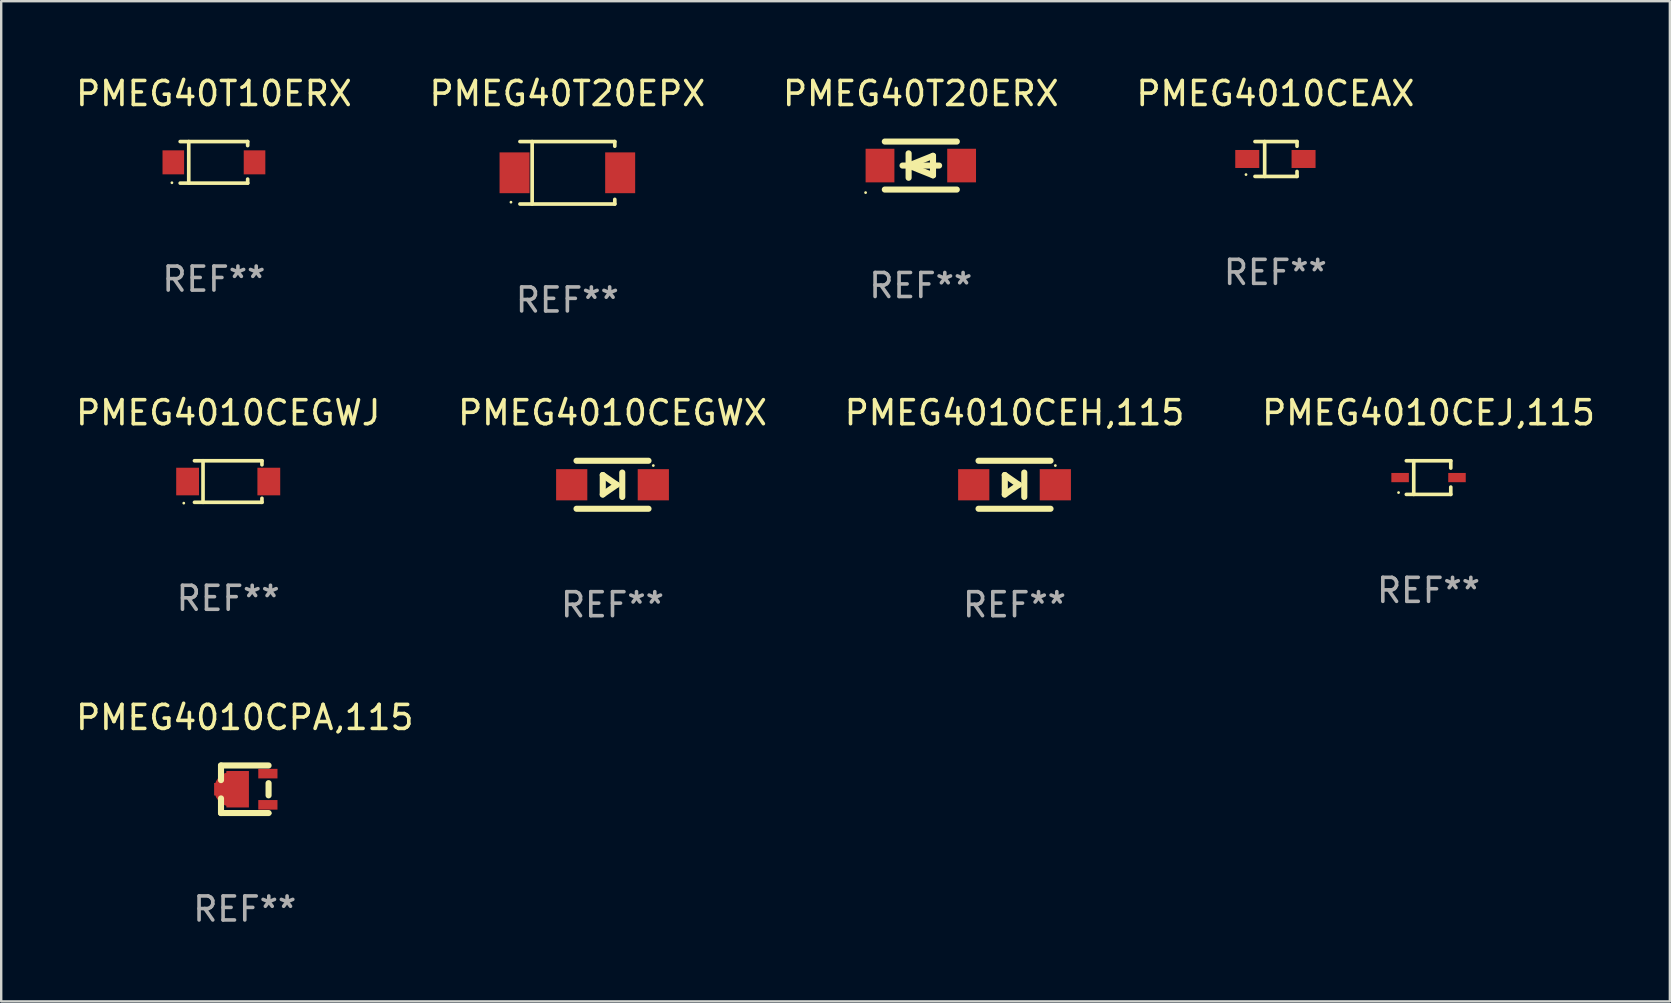
<source format=kicad_pcb>
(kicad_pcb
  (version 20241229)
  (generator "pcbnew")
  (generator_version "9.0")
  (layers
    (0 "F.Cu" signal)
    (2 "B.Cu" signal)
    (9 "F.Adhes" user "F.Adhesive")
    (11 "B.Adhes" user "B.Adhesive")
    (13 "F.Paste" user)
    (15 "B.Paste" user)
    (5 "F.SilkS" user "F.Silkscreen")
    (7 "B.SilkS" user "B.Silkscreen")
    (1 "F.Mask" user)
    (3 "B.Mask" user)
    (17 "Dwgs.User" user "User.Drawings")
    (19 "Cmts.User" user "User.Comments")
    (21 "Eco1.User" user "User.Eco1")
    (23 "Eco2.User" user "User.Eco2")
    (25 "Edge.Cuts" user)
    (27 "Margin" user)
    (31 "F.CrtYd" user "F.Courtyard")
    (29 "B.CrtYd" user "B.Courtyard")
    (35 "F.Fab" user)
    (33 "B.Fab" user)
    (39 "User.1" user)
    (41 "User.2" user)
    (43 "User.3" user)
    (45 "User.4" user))
  (footprint "PMEG4010CPA,115"
    (layer "F.Cu")
    (at 7.149 29.834)
    (property "Reference" "PMEG4010CPA,115" (at 0 -2.991 0) (layer "F.SilkS") (effects (font (size 1 1) (thickness 0.15))))
    (attr through_hole)
    (fp_line (start -0.991 -0.991) (end -0.991 -0.381) (stroke (width 0.254) (type solid)) (layer "F.SilkS"))
    (fp_line (start -0.991 0.381) (end -0.991 0.991) (stroke (width 0.254) (type solid)) (layer "F.SilkS"))
    (fp_line (start -0.991 0.991) (end 0.991 0.991) (stroke (width 0.254) (type solid)) (layer "F.SilkS"))
    (fp_line (start 0.991 -0.991) (end -0.991 -0.991) (stroke (width 0.254) (type solid)) (layer "F.SilkS"))
    (fp_line (start 0.991 -0.254) (end 0.991 0.254) (stroke (width 0.254) (type solid)) (layer "F.SilkS"))
    (fp_circle (center 1.054 0.999) (end 1.084 0.999) (stroke (width 0.06) (type solid)) (fill no) (layer "F.SilkS"))
    (fp_text user "REF**" (at 0 4.991 0) (layer "F.Fab") (effects (font (size 1 1) (thickness 0.15))))
    (pad "1" smd rect (at 0.962 0.649 270) (size 0.399 0.8) (layers "F.Cu" "F.Mask" "F.Paste"))
    (pad "2" smd rect (at 0.962 -0.651 270) (size 0.399 0.8) (layers "F.Cu" "F.Mask" "F.Paste"))
    (pad "3" smd custom (at -0.553 -0.001) (size 1.45 1.52) (layers "F.Cu" "F.Mask" "F.Paste") (options (anchor circle)) (primitives (gr_poly (pts (xy -0.725 -0.26) (xy -0.225 -0.26) (xy -0.215 -0.26) (xy -0.215 -0.76) (xy 0.725 -0.76) (xy 0.725 0.75) (xy 0.725 0.76) (xy -0.205 0.76) (xy -0.215 0.76) (xy -0.215 0.75) (xy -0.215 0.26) (xy -0.725 0.26)) (width 0) (fill yes)))))
  (footprint "PMEG40T10ERX"
    (layer "F.Cu")
    (at 5.863 3.714)
    (property "Reference" "PMEG40T10ERX" (at 0 -2.866 0) (layer "F.SilkS") (effects (font (size 1 1) (thickness 0.15))))
    (attr through_hole)
    (fp_line (start -1.406 -0.866) (end 1.406 -0.866) (stroke (width 0.152) (type solid)) (layer "F.SilkS"))
    (fp_line (start -1.406 0.866) (end 1.406 0.866) (stroke (width 0.152) (type solid)) (layer "F.SilkS"))
    (fp_line (start -1.049 -0.866) (end -1.049 0.866) (stroke (width 0.152) (type solid)) (layer "F.SilkS"))
    (fp_line (start 1.406 -0.866) (end 1.406 -0.698) (stroke (width 0.152) (type solid)) (layer "F.SilkS"))
    (fp_line (start 1.406 0.866) (end 1.406 0.698) (stroke (width 0.152) (type solid)) (layer "F.SilkS"))
    (fp_circle (center -1.75 0.85) (end -1.72 0.85) (stroke (width 0.06) (type solid)) (fill no) (layer "F.SilkS"))
    (fp_text user "REF**" (at 0 4.866 0) (layer "F.Fab") (effects (font (size 1 1) (thickness 0.15))))
    (pad "1" smd rect (at -1.692 0) (size 0.9 1) (layers "F.Cu" "F.Mask" "F.Paste"))
    (pad "2" smd rect (at 1.692 0) (size 0.9 1) (layers "F.Cu" "F.Mask" "F.Paste")))
  (footprint "PMEG4010CEGWX"
    (layer "F.Cu")
    (at 22.47 17.147)
    (property "Reference" "PMEG4010CEGWX" (at 0 -3 0) (layer "F.SilkS") (effects (font (size 1 1) (thickness 0.15))))
    (attr through_hole)
    (fp_line (start -1.5 -1) (end 1.5 -1) (stroke (width 0.254) (type solid)) (layer "F.SilkS"))
    (fp_line (start -0.406 -0.406) (end 0.178 0) (stroke (width 0.254) (type solid)) (layer "F.SilkS"))
    (fp_line (start -0.406 0.406) (end -0.406 -0.406) (stroke (width 0.254) (type solid)) (layer "F.SilkS"))
    (fp_line (start 0.178 0) (end -0.406 0.406) (stroke (width 0.254) (type solid)) (layer "F.SilkS"))
    (fp_line (start 0.406 0.508) (end 0.406 -0.508) (stroke (width 0.254) (type solid)) (layer "F.SilkS"))
    (fp_line (start 1.5 1) (end -1.5 1) (stroke (width 0.254) (type solid)) (layer "F.SilkS"))
    (fp_circle (center 1.7 -0.8) (end 1.73 -0.8) (stroke (width 0.06) (type solid)) (fill no) (layer "F.SilkS"))
    (fp_text user "REF**" (at 0 5 0) (layer "F.Fab") (effects (font (size 1 1) (thickness 0.15))))
    (pad "1" smd rect (at 1.7 0 180) (size 1.3 1.3) (layers "F.Cu" "F.Mask" "F.Paste"))
    (pad "2" smd rect (at -1.7 0 180) (size 1.3 1.3) (layers "F.Cu" "F.Mask" "F.Paste")))
  (footprint "PMEG40T20EPX"
    (layer "F.Cu")
    (at 20.589 4.149)
    (property "Reference" "PMEG40T20EPX" (at 0 -3.301 0) (layer "F.SilkS") (effects (font (size 1 1) (thickness 0.15))))
    (attr through_hole)
    (fp_line (start -1.976 -1.301) (end 1.976 -1.301) (stroke (width 0.152) (type solid)) (layer "F.SilkS"))
    (fp_line (start -1.976 1.301) (end 1.976 1.301) (stroke (width 0.152) (type solid)) (layer "F.SilkS"))
    (fp_line (start -1.467 -1.301) (end -1.467 1.301) (stroke (width 0.152) (type solid)) (layer "F.SilkS"))
    (fp_line (start 1.976 -1.301) (end 1.976 -1.108) (stroke (width 0.152) (type solid)) (layer "F.SilkS"))
    (fp_line (start 1.976 1.301) (end 1.976 1.108) (stroke (width 0.152) (type solid)) (layer "F.SilkS"))
    (fp_circle (center -2.35 1.225) (end -2.32 1.225) (stroke (width 0.06) (type solid)) (fill no) (layer "F.SilkS"))
    (fp_text user "REF**" (at 0 5.301 0) (layer "F.Fab") (effects (font (size 1 1) (thickness 0.15))))
    (pad "1" smd rect (at -2.2 0 180) (size 1.25 1.7) (layers "F.Cu" "F.Mask" "F.Paste"))
    (pad "2" smd rect (at 2.2 0 180) (size 1.25 1.7) (layers "F.Cu" "F.Mask" "F.Paste")))
  (footprint "PMEG4010CEJ,115"
    (layer "F.Cu")
    (at 56.47 16.848)
    (property "Reference" "PMEG4010CEJ,115" (at 0 -2.701 0) (layer "F.SilkS") (effects (font (size 1 1) (thickness 0.15))))
    (attr through_hole)
    (fp_line (start -0.926 -0.701) (end 0.926 -0.701) (stroke (width 0.152) (type solid)) (layer "F.SilkS"))
    (fp_line (start -0.926 0.701) (end 0.926 0.701) (stroke (width 0.152) (type solid)) (layer "F.SilkS"))
    (fp_line (start -0.617 -0.701) (end -0.617 0.701) (stroke (width 0.152) (type solid)) (layer "F.SilkS"))
    (fp_line (start 0.926 -0.701) (end 0.926 -0.396) (stroke (width 0.152) (type solid)) (layer "F.SilkS"))
    (fp_line (start 0.926 0.701) (end 0.926 0.396) (stroke (width 0.152) (type solid)) (layer "F.SilkS"))
    (fp_circle (center -1.25 0.625) (end -1.22 0.625) (stroke (width 0.06) (type solid)) (fill no) (layer "F.SilkS"))
    (fp_text user "REF**" (at 0 4.701 0) (layer "F.Fab") (effects (font (size 1 1) (thickness 0.15))))
    (pad "1" smd rect (at -1.185 0 180) (size 0.73 0.385) (layers "F.Cu" "F.Mask" "F.Paste"))
    (pad "2" smd rect (at 1.185 0 180) (size 0.73 0.385) (layers "F.Cu" "F.Mask" "F.Paste")))
  (footprint "PMEG4010CEH,115"
    (layer "F.Cu")
    (at 39.22 17.147)
    (property "Reference" "PMEG4010CEH,115" (at 0 -3 0) (layer "F.SilkS") (effects (font (size 1 1) (thickness 0.15))))
    (attr through_hole)
    (fp_line (start -1.5 -1) (end 1.5 -1) (stroke (width 0.254) (type solid)) (layer "F.SilkS"))
    (fp_line (start -0.406 -0.406) (end 0.178 0) (stroke (width 0.254) (type solid)) (layer "F.SilkS"))
    (fp_line (start -0.406 0.406) (end -0.406 -0.406) (stroke (width 0.254) (type solid)) (layer "F.SilkS"))
    (fp_line (start 0.178 0) (end -0.406 0.406) (stroke (width 0.254) (type solid)) (layer "F.SilkS"))
    (fp_line (start 0.406 0.508) (end 0.406 -0.508) (stroke (width 0.254) (type solid)) (layer "F.SilkS"))
    (fp_line (start 1.5 1) (end -1.5 1) (stroke (width 0.254) (type solid)) (layer "F.SilkS"))
    (fp_circle (center 1.7 -0.8) (end 1.73 -0.8) (stroke (width 0.06) (type solid)) (fill no) (layer "F.SilkS"))
    (fp_text user "REF**" (at 0 5 0) (layer "F.Fab") (effects (font (size 1 1) (thickness 0.15))))
    (pad "1" smd rect (at 1.7 0 180) (size 1.3 1.3) (layers "F.Cu" "F.Mask" "F.Paste"))
    (pad "2" smd rect (at -1.7 0 180) (size 1.3 1.3) (layers "F.Cu" "F.Mask" "F.Paste")))
  (footprint "PMEG4010CEAX"
    (layer "F.Cu")
    (at 50.089 3.574)
    (property "Reference" "PMEG4010CEAX" (at 0 -2.726 0) (layer "F.SilkS") (effects (font (size 1 1) (thickness 0.15))))
    (attr through_hole)
    (fp_line (start -0.851 -0.726) (end 0.901 -0.726) (stroke (width 0.152) (type solid)) (layer "F.SilkS"))
    (fp_line (start -0.851 0.726) (end 0.901 0.726) (stroke (width 0.152) (type solid)) (layer "F.SilkS"))
    (fp_line (start -0.447 -0.726) (end -0.447 0.726) (stroke (width 0.152) (type solid)) (layer "F.SilkS"))
    (fp_line (start 0.901 -0.726) (end 0.901 -0.53) (stroke (width 0.152) (type solid)) (layer "F.SilkS"))
    (fp_line (start 0.901 0.726) (end 0.901 0.52) (stroke (width 0.152) (type solid)) (layer "F.SilkS"))
    (fp_circle (center -1.225 0.65) (end -1.195 0.65) (stroke (width 0.06) (type solid)) (fill no) (layer "F.SilkS"))
    (fp_text user "REF**" (at 0 4.726 0) (layer "F.Fab") (effects (font (size 1 1) (thickness 0.15))))
    (pad "1" smd rect (at -1.173 0) (size 1 0.75) (layers "F.Cu" "F.Mask" "F.Paste"))
    (pad "2" smd rect (at 1.173 0) (size 1 0.75) (layers "F.Cu" "F.Mask" "F.Paste")))
  (footprint "PMEG4010CEGWJ"
    (layer "F.Cu")
    (at 6.458 17.013)
    (property "Reference" "PMEG4010CEGWJ" (at 0 -2.866 0) (layer "F.SilkS") (effects (font (size 1 1) (thickness 0.15))))
    (attr through_hole)
    (fp_line (start -1.406 -0.866) (end 1.406 -0.866) (stroke (width 0.152) (type solid)) (layer "F.SilkS"))
    (fp_line (start -1.406 0.866) (end 1.406 0.866) (stroke (width 0.152) (type solid)) (layer "F.SilkS"))
    (fp_line (start -1.049 -0.866) (end -1.049 0.866) (stroke (width 0.152) (type solid)) (layer "F.SilkS"))
    (fp_line (start 1.406 -0.866) (end 1.406 -0.698) (stroke (width 0.152) (type solid)) (layer "F.SilkS"))
    (fp_line (start 1.406 0.866) (end 1.406 0.698) (stroke (width 0.152) (type solid)) (layer "F.SilkS"))
    (fp_circle (center -1.851 0.9) (end -1.821 0.9) (stroke (width 0.06) (type solid)) (fill no) (layer "F.SilkS"))
    (fp_text user "REF**" (at 0 4.866 0) (layer "F.Fab") (effects (font (size 1 1) (thickness 0.15))))
    (pad "1" smd rect (at -1.692 0) (size 0.95 1.15) (layers "F.Cu" "F.Mask" "F.Paste"))
    (pad "2" smd rect (at 1.692 0) (size 0.95 1.15) (layers "F.Cu" "F.Mask" "F.Paste")))
  (footprint "PMEG40T20ERX"
    (layer "F.Cu")
    (at 35.315 3.848)
    (property "Reference" "PMEG40T20ERX" (at 0 -3 0) (layer "F.SilkS") (effects (font (size 1 1) (thickness 0.15))))
    (attr through_hole)
    (fp_line (start -1.5 -1) (end 1.5 -1) (stroke (width 0.254) (type solid)) (layer "F.SilkS"))
    (fp_line (start -1.5 1) (end 1.5 1) (stroke (width 0.254) (type solid)) (layer "F.SilkS"))
    (fp_line (start -0.762 0) (end 0.762 0) (stroke (width 0.254) (type solid)) (layer "F.SilkS"))
    (fp_line (start -0.508 -0.508) (end -0.508 0.508) (stroke (width 0.254) (type solid)) (layer "F.SilkS"))
    (fp_line (start -0.508 0) (end 0.508 -0.406) (stroke (width 0.254) (type solid)) (layer "F.SilkS"))
    (fp_line (start 0.508 -0.406) (end 0.508 0.406) (stroke (width 0.254) (type solid)) (layer "F.SilkS"))
    (fp_line (start 0.508 0.406) (end -0.508 0) (stroke (width 0.254) (type solid)) (layer "F.SilkS"))
    (fp_circle (center -2.3 1.127) (end -2.27 1.127) (stroke (width 0.06) (type solid)) (fill no) (layer "F.SilkS"))
    (fp_text user "REF**" (at 0 5 0) (layer "F.Fab") (effects (font (size 1 1) (thickness 0.15))))
    (pad "1" smd rect (at -1.7 0) (size 1.2 1.4) (layers "F.Cu" "F.Mask" "F.Paste"))
    (pad "2" smd rect (at 1.7 0) (size 1.2 1.4) (layers "F.Cu" "F.Mask" "F.Paste")))
  (gr_rect
    (start -3 -3)
    (end 66.524 38.673)
    (stroke (width 0.1) (type default))
    (fill no)
    (layer "Edge.Cuts")))
</source>
